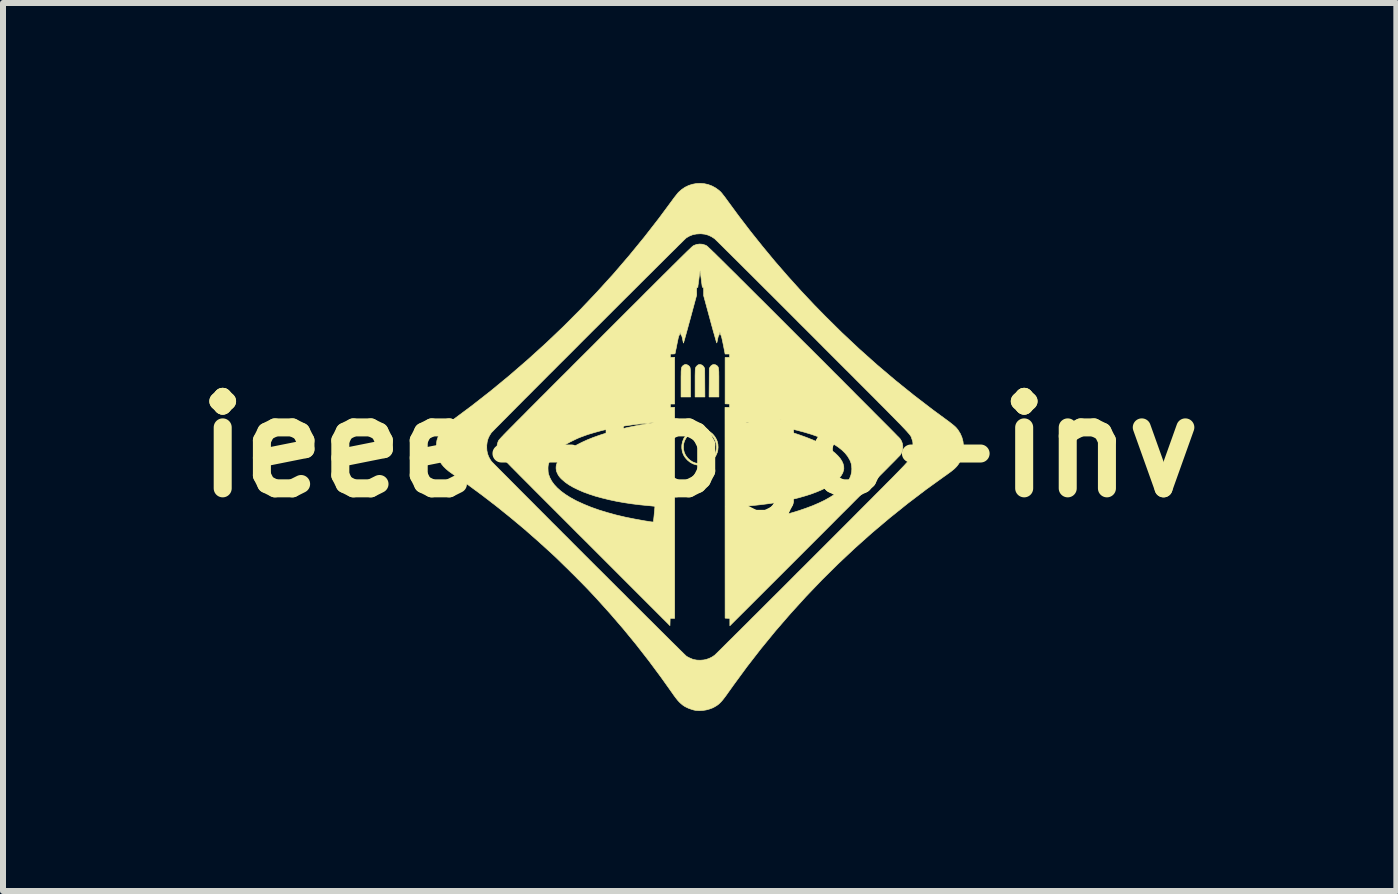
<source format=kicad_pcb>
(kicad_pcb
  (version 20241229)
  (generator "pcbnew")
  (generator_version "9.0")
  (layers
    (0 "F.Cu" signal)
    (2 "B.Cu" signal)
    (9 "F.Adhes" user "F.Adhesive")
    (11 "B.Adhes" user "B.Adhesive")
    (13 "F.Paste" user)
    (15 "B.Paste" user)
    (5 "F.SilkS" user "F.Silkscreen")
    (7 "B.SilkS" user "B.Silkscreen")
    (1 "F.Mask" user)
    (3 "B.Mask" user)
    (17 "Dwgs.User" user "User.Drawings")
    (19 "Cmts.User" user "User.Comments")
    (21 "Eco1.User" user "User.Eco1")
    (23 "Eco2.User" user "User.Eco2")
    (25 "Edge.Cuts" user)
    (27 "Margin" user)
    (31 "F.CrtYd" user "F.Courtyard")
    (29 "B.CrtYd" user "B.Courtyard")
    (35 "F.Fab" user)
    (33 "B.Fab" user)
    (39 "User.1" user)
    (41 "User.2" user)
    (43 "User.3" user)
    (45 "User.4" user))
  (footprint "ieee-logo-inv"
    (layer "F.Cu")
    (at 8.607 4.397)
    (property "Reference" "ieee-logo-inv" (at 0 0 0) (layer "F.SilkS") (effects (font (size 1.524 1.524) (thickness 0.3))))
    (attr through_hole)
    (fp_poly (pts (xy 0.015 -1.373) (xy 0.039 -1.364) (xy 0.059 -1.348) (xy 0.071 -1.331) (xy 0.084 -1.308) (xy 0.087 -0.833) (xy -0.076 -0.833) (xy -0.076 -1.063) (xy -0.076 -1.128) (xy -0.076 -1.184) (xy -0.075 -1.23) (xy -0.074 -1.266) (xy -0.073 -1.293) (xy -0.071 -1.309) (xy -0.071 -1.313) (xy -0.061 -1.334) (xy -0.044 -1.353) (xy -0.025 -1.368) (xy -0.008 -1.374) (xy 0.015 -1.373)) (stroke (width 0.01) (type solid)) (fill yes) (layer "F.SilkS"))
    (fp_poly (pts (xy -0.006 -0.218) (xy 0.008 -0.216) (xy 0.009 -0.111) (xy 0.01 -0.005) (xy 0.051 -0.02) (xy 0.07 -0.027) (xy 0.086 -0.033) (xy 0.095 -0.035) (xy 0.096 -0.036) (xy 0.1 -0.031) (xy 0.104 -0.023) (xy 0.106 -0.014) (xy 0.105 -0.012) (xy 0.1 -0.01) (xy 0.087 -0.005) (xy 0.069 0.002) (xy 0.046 0.01) (xy 0.042 0.012) (xy -0.02 0.034) (xy -0.02 -0.219) (xy -0.006 -0.218)) (stroke (width 0.01) (type solid)) (fill yes) (layer "F.SilkS"))
    (fp_poly (pts (xy 0.259 -1.371) (xy 0.282 -1.359) (xy 0.287 -1.356) (xy 0.294 -1.349) (xy 0.301 -1.342) (xy 0.306 -1.334) (xy 0.31 -1.325) (xy 0.313 -1.312) (xy 0.315 -1.296) (xy 0.317 -1.275) (xy 0.319 -1.249) (xy 0.319 -1.216) (xy 0.32 -1.176) (xy 0.32 -1.128) (xy 0.32 -1.07) (xy 0.32 -1.063) (xy 0.32 -0.833) (xy 0.157 -0.833) (xy 0.159 -1.071) (xy 0.16 -1.308) (xy 0.173 -1.331) (xy 0.19 -1.353) (xy 0.211 -1.368) (xy 0.235 -1.374) (xy 0.259 -1.371)) (stroke (width 0.01) (type solid)) (fill yes) (layer "F.SilkS"))
    (fp_poly (pts (xy -0.212 -1.371) (xy -0.189 -1.358) (xy -0.184 -1.355) (xy -0.177 -1.348) (xy -0.171 -1.342) (xy -0.166 -1.336) (xy -0.162 -1.328) (xy -0.159 -1.317) (xy -0.157 -1.303) (xy -0.155 -1.285) (xy -0.154 -1.262) (xy -0.153 -1.233) (xy -0.153 -1.197) (xy -0.152 -1.152) (xy -0.152 -1.1) (xy -0.152 -1.07) (xy -0.152 -0.833) (xy -0.31 -0.833) (xy -0.31 -1.067) (xy -0.31 -1.124) (xy -0.31 -1.173) (xy -0.309 -1.213) (xy -0.309 -1.245) (xy -0.308 -1.271) (xy -0.306 -1.292) (xy -0.304 -1.308) (xy -0.302 -1.32) (xy -0.298 -1.329) (xy -0.294 -1.337) (xy -0.289 -1.344) (xy -0.282 -1.351) (xy -0.281 -1.352) (xy -0.259 -1.368) (xy -0.236 -1.375) (xy -0.212 -1.371)) (stroke (width 0.01) (type solid)) (fill yes) (layer "F.SilkS"))
    (fp_poly (pts (xy 0.077 -0.294) (xy 0.129 -0.276) (xy 0.176 -0.25) (xy 0.217 -0.216) (xy 0.252 -0.174) (xy 0.28 -0.126) (xy 0.293 -0.093) (xy 0.304 -0.046) (xy 0.307 0.004) (xy 0.303 0.053) (xy 0.293 0.093) (xy 0.27 0.145) (xy 0.24 0.191) (xy 0.202 0.23) (xy 0.159 0.261) (xy 0.111 0.284) (xy 0.057 0.298) (xy 0.015 0.303) (xy -0.023 0.302) (xy -0.057 0.298) (xy -0.061 0.297) (xy -0.112 0.281) (xy -0.159 0.255) (xy -0.202 0.22) (xy -0.208 0.214) (xy -0.24 0.178) (xy -0.264 0.141) (xy -0.282 0.1) (xy -0.29 0.073) (xy -0.298 0.02) (xy -0.298 -0.006) (xy -0.271 -0.006) (xy -0.268 0.043) (xy -0.256 0.091) (xy -0.236 0.135) (xy -0.229 0.145) (xy -0.197 0.187) (xy -0.158 0.222) (xy -0.116 0.249) (xy -0.07 0.267) (xy -0.061 0.269) (xy -0.039 0.272) (xy -0.011 0.274) (xy 0.019 0.273) (xy 0.048 0.271) (xy 0.071 0.268) (xy 0.077 0.266) (xy 0.123 0.248) (xy 0.166 0.221) (xy 0.203 0.189) (xy 0.234 0.151) (xy 0.248 0.129) (xy 0.268 0.081) (xy 0.278 0.032) (xy 0.279 -0.017) (xy 0.272 -0.064) (xy 0.256 -0.11) (xy 0.233 -0.152) (xy 0.203 -0.19) (xy 0.165 -0.222) (xy 0.122 -0.249) (xy 0.074 -0.267) (xy 0.043 -0.273) (xy 0.007 -0.274) (xy -0.031 -0.272) (xy -0.066 -0.267) (xy -0.095 -0.258) (xy -0.142 -0.233) (xy -0.183 -0.201) (xy -0.218 -0.161) (xy -0.229 -0.145) (xy -0.252 -0.102) (xy -0.266 -0.055) (xy -0.271 -0.006) (xy -0.298 -0.006) (xy -0.297 -0.034) (xy -0.286 -0.087) (xy -0.266 -0.139) (xy -0.263 -0.144) (xy -0.243 -0.175) (xy -0.216 -0.206) (xy -0.185 -0.235) (xy -0.153 -0.259) (xy -0.132 -0.271) (xy -0.081 -0.291) (xy -0.03 -0.302) (xy 0.02 -0.303) (xy 0.077 -0.294)) (stroke (width 0.01) (type solid)) (fill yes) (layer "F.SilkS"))
    (fp_poly (pts (xy 0.075 -4.387) (xy 0.14 -4.373) (xy 0.202 -4.35) (xy 0.262 -4.318) (xy 0.318 -4.278) (xy 0.342 -4.257) (xy 0.355 -4.244) (xy 0.372 -4.224) (xy 0.392 -4.198) (xy 0.415 -4.169) (xy 0.438 -4.138) (xy 0.444 -4.129) (xy 0.644 -3.857) (xy 0.845 -3.594) (xy 1.049 -3.339) (xy 1.256 -3.089) (xy 1.468 -2.845) (xy 1.685 -2.604) (xy 1.91 -2.365) (xy 2.088 -2.183) (xy 2.371 -1.903) (xy 2.661 -1.631) (xy 2.957 -1.367) (xy 3.26 -1.11) (xy 3.569 -0.861) (xy 3.886 -0.618) (xy 4.067 -0.485) (xy 4.115 -0.45) (xy 4.156 -0.42) (xy 4.19 -0.393) (xy 4.218 -0.371) (xy 4.242 -0.351) (xy 4.262 -0.333) (xy 4.278 -0.316) (xy 4.292 -0.299) (xy 4.305 -0.283) (xy 4.305 -0.282) (xy 4.342 -0.223) (xy 4.369 -0.161) (xy 4.387 -0.095) (xy 4.395 -0.025) (xy 4.396 0.013) (xy 4.391 0.081) (xy 4.379 0.144) (xy 4.357 0.204) (xy 4.326 0.263) (xy 4.316 0.279) (xy 4.301 0.3) (xy 4.285 0.321) (xy 4.266 0.341) (xy 4.244 0.363) (xy 4.217 0.385) (xy 4.185 0.411) (xy 4.146 0.439) (xy 4.101 0.472) (xy 4.083 0.484) (xy 3.772 0.708) (xy 3.467 0.94) (xy 3.168 1.18) (xy 2.875 1.427) (xy 2.588 1.683) (xy 2.309 1.945) (xy 2.036 2.215) (xy 1.771 2.492) (xy 1.513 2.776) (xy 1.262 3.066) (xy 1.019 3.363) (xy 0.784 3.666) (xy 0.557 3.976) (xy 0.48 4.084) (xy 0.444 4.135) (xy 0.411 4.179) (xy 0.383 4.215) (xy 0.356 4.246) (xy 0.331 4.271) (xy 0.306 4.293) (xy 0.28 4.311) (xy 0.253 4.327) (xy 0.224 4.343) (xy 0.215 4.347) (xy 0.164 4.366) (xy 0.109 4.381) (xy 0.052 4.39) (xy -0.005 4.393) (xy -0.058 4.39) (xy -0.066 4.389) (xy -0.104 4.381) (xy -0.145 4.368) (xy -0.187 4.353) (xy -0.225 4.335) (xy -0.25 4.322) (xy -0.281 4.301) (xy -0.31 4.277) (xy -0.339 4.25) (xy -0.368 4.218) (xy -0.399 4.179) (xy -0.433 4.133) (xy -0.443 4.118) (xy -0.645 3.834) (xy -0.85 3.558) (xy -1.06 3.289) (xy -1.275 3.027) (xy -1.496 2.771) (xy -1.724 2.518) (xy -1.844 2.39) (xy -1.883 2.349) (xy -1.928 2.303) (xy -1.977 2.253) (xy -2.031 2.199) (xy -2.086 2.143) (xy -2.143 2.087) (xy -2.2 2.03) (xy -2.257 1.975) (xy -2.311 1.922) (xy -2.362 1.872) (xy -2.409 1.827) (xy -2.451 1.788) (xy -2.469 1.771) (xy -2.694 1.567) (xy -2.923 1.366) (xy -3.157 1.171) (xy -3.392 0.982) (xy -3.629 0.8) (xy -3.866 0.625) (xy -4.102 0.46) (xy -4.117 0.449) (xy -4.176 0.407) (xy -4.225 0.366) (xy -4.267 0.325) (xy -4.301 0.283) (xy -4.329 0.239) (xy -4.352 0.192) (xy -4.37 0.139) (xy -4.375 0.124) (xy -4.381 0.092) (xy -4.385 0.054) (xy -4.387 0.012) (xy -4.386 0) (xy -3.548 0) (xy -3.545 0.059) (xy -3.534 0.112) (xy -3.516 0.162) (xy -3.489 0.211) (xy -3.472 0.236) (xy -3.467 0.242) (xy -3.455 0.255) (xy -3.436 0.274) (xy -3.411 0.3) (xy -3.38 0.331) (xy -3.343 0.369) (xy -3.301 0.411) (xy -3.253 0.459) (xy -3.2 0.512) (xy -3.143 0.57) (xy -3.081 0.632) (xy -3.016 0.698) (xy -2.946 0.768) (xy -2.873 0.841) (xy -2.796 0.918) (xy -2.717 0.998) (xy -2.635 1.08) (xy -2.55 1.165) (xy -2.464 1.252) (xy -2.375 1.34) (xy -2.285 1.431) (xy -2.193 1.522) (xy -2.101 1.615) (xy -2.008 1.708) (xy -1.914 1.802) (xy -1.82 1.896) (xy -1.726 1.99) (xy -1.632 2.083) (xy -1.539 2.176) (xy -1.447 2.268) (xy -1.357 2.358) (xy -1.267 2.447) (xy -1.18 2.535) (xy -1.094 2.62) (xy -1.011 2.703) (xy -0.931 2.783) (xy -0.853 2.861) (xy -0.778 2.935) (xy -0.707 3.006) (xy -0.64 3.073) (xy -0.576 3.136) (xy -0.517 3.195) (xy -0.463 3.249) (xy -0.413 3.298) (xy -0.368 3.342) (xy -0.329 3.381) (xy -0.295 3.414) (xy -0.268 3.441) (xy -0.246 3.462) (xy -0.231 3.476) (xy -0.223 3.484) (xy -0.222 3.485) (xy -0.199 3.499) (xy -0.171 3.513) (xy -0.141 3.526) (xy -0.115 3.537) (xy -0.102 3.541) (xy -0.047 3.551) (xy 0.011 3.553) (xy 0.07 3.548) (xy 0.107 3.54) (xy 0.158 3.523) (xy 0.208 3.498) (xy 0.249 3.47) (xy 0.255 3.465) (xy 0.267 3.453) (xy 0.287 3.434) (xy 0.313 3.408) (xy 0.345 3.377) (xy 0.383 3.339) (xy 0.427 3.295) (xy 0.476 3.246) (xy 0.531 3.192) (xy 0.591 3.132) (xy 0.656 3.068) (xy 0.725 2.999) (xy 0.799 2.926) (xy 0.876 2.848) (xy 0.958 2.767) (xy 1.043 2.682) (xy 1.132 2.593) (xy 1.224 2.501) (xy 1.319 2.407) (xy 1.417 2.309) (xy 1.517 2.209) (xy 1.619 2.106) (xy 1.724 2.002) (xy 1.83 1.896) (xy 1.878 1.848) (xy 2.007 1.719) (xy 2.129 1.597) (xy 2.244 1.482) (xy 2.353 1.373) (xy 2.455 1.271) (xy 2.551 1.175) (xy 2.641 1.084) (xy 2.725 1) (xy 2.804 0.921) (xy 2.877 0.848) (xy 2.945 0.779) (xy 3.008 0.716) (xy 3.067 0.657) (xy 3.12 0.603) (xy 3.17 0.553) (xy 3.215 0.508) (xy 3.256 0.466) (xy 3.293 0.428) (xy 3.326 0.394) (xy 3.356 0.363) (xy 3.383 0.335) (xy 3.407 0.31) (xy 3.428 0.287) (xy 3.446 0.267) (xy 3.462 0.25) (xy 3.476 0.235) (xy 3.487 0.221) (xy 3.497 0.209) (xy 3.505 0.199) (xy 3.511 0.19) (xy 3.516 0.182) (xy 3.521 0.175) (xy 3.524 0.168) (xy 3.526 0.162) (xy 3.529 0.157) (xy 3.53 0.151) (xy 3.532 0.145) (xy 3.534 0.139) (xy 3.536 0.132) (xy 3.538 0.128) (xy 3.544 0.111) (xy 3.548 0.097) (xy 3.551 0.084) (xy 3.552 0.068) (xy 3.553 0.049) (xy 3.553 0.024) (xy 3.553 0) (xy 3.553 -0.031) (xy 3.553 -0.055) (xy 3.552 -0.073) (xy 3.55 -0.087) (xy 3.547 -0.101) (xy 3.542 -0.115) (xy 3.538 -0.128) (xy 3.535 -0.135) (xy 3.533 -0.142) (xy 3.531 -0.147) (xy 3.53 -0.153) (xy 3.528 -0.159) (xy 3.526 -0.165) (xy 3.523 -0.171) (xy 3.519 -0.177) (xy 3.515 -0.185) (xy 3.509 -0.193) (xy 3.502 -0.203) (xy 3.493 -0.214) (xy 3.483 -0.226) (xy 3.47 -0.24) (xy 3.456 -0.257) (xy 3.439 -0.275) (xy 3.42 -0.296) (xy 3.398 -0.319) (xy 3.373 -0.345) (xy 3.345 -0.375) (xy 3.313 -0.407) (xy 3.278 -0.443) (xy 3.24 -0.482) (xy 3.197 -0.525) (xy 3.151 -0.572) (xy 3.1 -0.624) (xy 3.044 -0.68) (xy 2.984 -0.74) (xy 2.919 -0.806) (xy 2.849 -0.876) (xy 2.774 -0.951) (xy 2.693 -1.032) (xy 2.606 -1.119) (xy 2.514 -1.212) (xy 2.415 -1.31) (xy 2.31 -1.415) (xy 2.199 -1.526) (xy 2.081 -1.644) (xy 1.957 -1.769) (xy 1.878 -1.848) (xy 1.771 -1.955) (xy 1.665 -2.06) (xy 1.562 -2.164) (xy 1.461 -2.265) (xy 1.362 -2.364) (xy 1.266 -2.46) (xy 1.173 -2.553) (xy 1.082 -2.643) (xy 0.995 -2.73) (xy 0.912 -2.813) (xy 0.833 -2.892) (xy 0.757 -2.967) (xy 0.686 -3.038) (xy 0.619 -3.105) (xy 0.557 -3.166) (xy 0.5 -3.223) (xy 0.448 -3.274) (xy 0.402 -3.32) (xy 0.361 -3.361) (xy 0.326 -3.395) (xy 0.298 -3.423) (xy 0.275 -3.445) (xy 0.259 -3.46) (xy 0.251 -3.469) (xy 0.249 -3.47) (xy 0.197 -3.504) (xy 0.143 -3.529) (xy 0.086 -3.545) (xy 0.024 -3.552) (xy 0.005 -3.552) (xy -0.058 -3.548) (xy -0.116 -3.536) (xy -0.171 -3.514) (xy -0.222 -3.485) (xy -0.227 -3.48) (xy -0.24 -3.468) (xy -0.259 -3.45) (xy -0.284 -3.425) (xy -0.315 -3.394) (xy -0.353 -3.358) (xy -0.395 -3.315) (xy -0.443 -3.268) (xy -0.496 -3.216) (xy -0.553 -3.159) (xy -0.615 -3.097) (xy -0.681 -3.032) (xy -0.751 -2.962) (xy -0.824 -2.889) (xy -0.901 -2.813) (xy -0.98 -2.734) (xy -1.062 -2.652) (xy -1.147 -2.567) (xy -1.234 -2.481) (xy -1.323 -2.392) (xy -1.413 -2.302) (xy -1.504 -2.211) (xy -1.597 -2.118) (xy -1.69 -2.025) (xy -1.784 -1.932) (xy -1.878 -1.838) (xy -1.972 -1.744) (xy -2.065 -1.65) (xy -2.158 -1.557) (xy -2.25 -1.465) (xy -2.341 -1.375) (xy -2.43 -1.285) (xy -2.518 -1.198) (xy -2.603 -1.112) (xy -2.686 -1.029) (xy -2.767 -0.948) (xy -2.844 -0.87) (xy -2.919 -0.796) (xy -2.99 -0.724) (xy -3.057 -0.657) (xy -3.12 -0.593) (xy -3.179 -0.534) (xy -3.233 -0.479) (xy -3.283 -0.429) (xy -3.327 -0.384) (xy -3.366 -0.345) (xy -3.4 -0.311) (xy -3.427 -0.283) (xy -3.448 -0.261) (xy -3.463 -0.246) (xy -3.471 -0.238) (xy -3.472 -0.236) (xy -3.503 -0.187) (xy -3.526 -0.137) (xy -3.54 -0.086) (xy -3.547 -0.031) (xy -3.548 0) (xy -4.386 0) (xy -4.386 -0.031) (xy -4.383 -0.071) (xy -4.378 -0.106) (xy -4.375 -0.119) (xy -4.351 -0.188) (xy -4.319 -0.251) (xy -4.279 -0.308) (xy -4.247 -0.345) (xy -4.232 -0.358) (xy -4.211 -0.376) (xy -4.185 -0.396) (xy -4.157 -0.418) (xy -4.128 -0.44) (xy -4.122 -0.444) (xy -3.797 -0.686) (xy -3.478 -0.936) (xy -3.166 -1.193) (xy -2.86 -1.458) (xy -2.561 -1.729) (xy -2.269 -2.007) (xy -1.985 -2.292) (xy -1.708 -2.584) (xy -1.438 -2.881) (xy -1.177 -3.185) (xy -0.924 -3.494) (xy -0.679 -3.809) (xy -0.468 -4.094) (xy -0.444 -4.127) (xy -0.421 -4.158) (xy -0.398 -4.187) (xy -0.378 -4.212) (xy -0.362 -4.232) (xy -0.351 -4.244) (xy -0.299 -4.29) (xy -0.243 -4.328) (xy -0.183 -4.357) (xy -0.12 -4.377) (xy -0.056 -4.389) (xy 0.01 -4.392) (xy 0.075 -4.387)) (stroke (width 0.01) (type solid)) (fill yes) (layer "F.SilkS"))
    (fp_poly (pts (xy 0.045 -3.378) (xy 0.091 -3.364) (xy 0.108 -3.357) (xy 0.111 -3.355) (xy 0.115 -3.352) (xy 0.12 -3.349) (xy 0.126 -3.344) (xy 0.134 -3.337) (xy 0.143 -3.329) (xy 0.154 -3.318) (xy 0.167 -3.306) (xy 0.183 -3.291) (xy 0.201 -3.274) (xy 0.221 -3.254) (xy 0.245 -3.232) (xy 0.271 -3.206) (xy 0.301 -3.176) (xy 0.334 -3.144) (xy 0.371 -3.107) (xy 0.412 -3.067) (xy 0.456 -3.023) (xy 0.505 -2.974) (xy 0.559 -2.921) (xy 0.617 -2.864) (xy 0.679 -2.801) (xy 0.747 -2.734) (xy 0.82 -2.661) (xy 0.899 -2.582) (xy 0.983 -2.498) (xy 1.073 -2.409) (xy 1.169 -2.313) (xy 1.271 -2.211) (xy 1.38 -2.102) (xy 1.495 -1.987) (xy 1.617 -1.865) (xy 1.729 -1.753) (xy 1.836 -1.647) (xy 1.941 -1.542) (xy 2.044 -1.439) (xy 2.145 -1.338) (xy 2.243 -1.239) (xy 2.339 -1.144) (xy 2.431 -1.051) (xy 2.521 -0.961) (xy 2.607 -0.874) (xy 2.69 -0.791) (xy 2.769 -0.712) (xy 2.844 -0.637) (xy 2.914 -0.566) (xy 2.98 -0.5) (xy 3.041 -0.439) (xy 3.098 -0.382) (xy 3.149 -0.331) (xy 3.194 -0.285) (xy 3.234 -0.245) (xy 3.268 -0.21) (xy 3.295 -0.182) (xy 3.317 -0.161) (xy 3.331 -0.145) (xy 3.339 -0.137) (xy 3.34 -0.136) (xy 3.364 -0.096) (xy 3.379 -0.052) (xy 3.385 -0.007) (xy 3.382 0.038) (xy 3.37 0.082) (xy 3.349 0.123) (xy 3.34 0.136) (xy 3.335 0.142) (xy 3.323 0.154) (xy 3.304 0.173) (xy 3.279 0.199) (xy 3.248 0.231) (xy 3.21 0.269) (xy 3.167 0.312) (xy 3.119 0.361) (xy 3.065 0.415) (xy 3.006 0.474) (xy 2.943 0.538) (xy 2.875 0.606) (xy 2.803 0.678) (xy 2.727 0.755) (xy 2.647 0.835) (xy 2.564 0.918) (xy 2.478 1.005) (xy 2.388 1.094) (xy 2.296 1.186) (xy 2.202 1.281) (xy 2.105 1.378) (xy 2.006 1.477) (xy 1.911 1.572) (xy 0.503 2.979) (xy 0.503 2.855) (xy 0.464 2.854) (xy 0.424 2.852) (xy 0.423 1.096) (xy 0.423 0.987) (xy 0.751 0.987) (xy 0.753 1.005) (xy 0.755 1.016) (xy 0.757 1.034) (xy 0.76 1.06) (xy 0.763 1.09) (xy 0.766 1.123) (xy 0.768 1.137) (xy 0.779 1.251) (xy 0.81 1.247) (xy 0.824 1.246) (xy 0.846 1.242) (xy 0.874 1.238) (xy 0.907 1.233) (xy 0.942 1.227) (xy 0.963 1.224) (xy 1.112 1.197) (xy 1.256 1.167) (xy 1.395 1.134) (xy 1.527 1.099) (xy 1.653 1.061) (xy 1.772 1.02) (xy 1.884 0.978) (xy 1.988 0.933) (xy 2.084 0.887) (xy 2.171 0.838) (xy 2.25 0.788) (xy 2.319 0.737) (xy 2.379 0.684) (xy 2.38 0.683) (xy 2.43 0.629) (xy 2.469 0.576) (xy 2.499 0.523) (xy 2.52 0.469) (xy 2.532 0.414) (xy 2.535 0.366) (xy 2.532 0.32) (xy 2.525 0.278) (xy 2.511 0.237) (xy 2.498 0.21) (xy 2.466 0.156) (xy 2.424 0.103) (xy 2.372 0.052) (xy 2.31 0.003) (xy 2.239 -0.044) (xy 2.159 -0.089) (xy 2.069 -0.131) (xy 1.971 -0.172) (xy 1.864 -0.21) (xy 1.748 -0.245) (xy 1.624 -0.278) (xy 1.59 -0.286) (xy 1.497 -0.308) (xy 1.473 -0.383) (xy 1.464 -0.409) (xy 1.457 -0.431) (xy 1.451 -0.448) (xy 1.448 -0.458) (xy 1.447 -0.46) (xy 1.442 -0.46) (xy 1.427 -0.459) (xy 1.405 -0.458) (xy 1.375 -0.455) (xy 1.34 -0.453) (xy 1.299 -0.45) (xy 1.254 -0.446) (xy 1.207 -0.442) (xy 1.157 -0.438) (xy 1.106 -0.434) (xy 1.056 -0.43) (xy 1.006 -0.426) (xy 0.959 -0.422) (xy 0.914 -0.418) (xy 0.874 -0.415) (xy 0.839 -0.412) (xy 0.809 -0.409) (xy 0.787 -0.407) (xy 0.774 -0.406) (xy 0.769 -0.405) (xy 0.773 -0.403) (xy 0.787 -0.398) (xy 0.808 -0.391) (xy 0.836 -0.382) (xy 0.87 -0.37) (xy 0.91 -0.357) (xy 0.954 -0.343) (xy 1.001 -0.327) (xy 1.051 -0.311) (xy 1.103 -0.294) (xy 1.156 -0.276) (xy 1.208 -0.259) (xy 1.26 -0.242) (xy 1.31 -0.226) (xy 1.358 -0.211) (xy 1.402 -0.197) (xy 1.441 -0.184) (xy 1.476 -0.173) (xy 1.504 -0.164) (xy 1.525 -0.157) (xy 1.538 -0.153) (xy 1.543 -0.152) (xy 1.544 -0.157) (xy 1.542 -0.171) (xy 1.535 -0.193) (xy 1.534 -0.196) (xy 1.528 -0.216) (xy 1.523 -0.232) (xy 1.521 -0.241) (xy 1.521 -0.243) (xy 1.528 -0.243) (xy 1.542 -0.24) (xy 1.564 -0.233) (xy 1.592 -0.225) (xy 1.624 -0.214) (xy 1.66 -0.202) (xy 1.699 -0.188) (xy 1.739 -0.174) (xy 1.779 -0.159) (xy 1.818 -0.144) (xy 1.854 -0.129) (xy 1.888 -0.116) (xy 1.904 -0.109) (xy 1.989 -0.07) (xy 2.066 -0.029) (xy 2.137 0.013) (xy 2.199 0.057) (xy 2.254 0.1) (xy 2.301 0.145) (xy 2.339 0.189) (xy 2.369 0.234) (xy 2.389 0.278) (xy 2.4 0.321) (xy 2.402 0.363) (xy 2.398 0.385) (xy 2.384 0.431) (xy 2.359 0.475) (xy 2.325 0.519) (xy 2.282 0.561) (xy 2.229 0.602) (xy 2.169 0.642) (xy 2.1 0.681) (xy 2.023 0.718) (xy 1.939 0.753) (xy 1.847 0.787) (xy 1.748 0.818) (xy 1.643 0.848) (xy 1.531 0.875) (xy 1.414 0.9) (xy 1.29 0.923) (xy 1.162 0.943) (xy 1.028 0.96) (xy 0.965 0.967) (xy 0.928 0.971) (xy 0.891 0.975) (xy 0.857 0.978) (xy 0.827 0.981) (xy 0.805 0.983) (xy 0.798 0.983) (xy 0.751 0.987) (xy 0.423 0.987) (xy 0.422 -0.66) (xy 0.46 -0.66) (xy 0.498 -0.66) (xy 0.498 -0.716) (xy 0.461 -0.717) (xy 0.424 -0.719) (xy 0.424 -1.491) (xy 0.498 -1.494) (xy 0.498 -1.549) (xy 0.461 -1.549) (xy 0.424 -1.549) (xy 0.394 -1.701) (xy 0.384 -1.749) (xy 0.376 -1.787) (xy 0.369 -1.817) (xy 0.364 -1.839) (xy 0.359 -1.853) (xy 0.356 -1.86) (xy 0.355 -1.86) (xy 0.35 -1.87) (xy 0.345 -1.886) (xy 0.343 -1.895) (xy 0.34 -1.91) (xy 0.337 -1.915) (xy 0.333 -1.91) (xy 0.33 -1.895) (xy 0.328 -1.883) (xy 0.324 -1.868) (xy 0.32 -1.86) (xy 0.318 -1.859) (xy 0.314 -1.854) (xy 0.309 -1.839) (xy 0.303 -1.814) (xy 0.3 -1.8) (xy 0.295 -1.776) (xy 0.291 -1.755) (xy 0.287 -1.741) (xy 0.285 -1.734) (xy 0.283 -1.738) (xy 0.279 -1.75) (xy 0.272 -1.772) (xy 0.264 -1.801) (xy 0.254 -1.837) (xy 0.242 -1.879) (xy 0.228 -1.926) (xy 0.214 -1.979) (xy 0.198 -2.035) (xy 0.182 -2.095) (xy 0.174 -2.125) (xy 0.066 -2.522) (xy 0.066 -2.59) (xy 0.066 -2.617) (xy 0.065 -2.636) (xy 0.065 -2.647) (xy 0.063 -2.654) (xy 0.06 -2.656) (xy 0.056 -2.657) (xy 0.047 -2.661) (xy 0.044 -2.666) (xy 0.043 -2.673) (xy 0.04 -2.689) (xy 0.037 -2.712) (xy 0.033 -2.741) (xy 0.029 -2.774) (xy 0.025 -2.808) (xy 0.02 -2.843) (xy 0.016 -2.875) (xy 0.013 -2.902) (xy 0.01 -2.922) (xy 0.008 -2.935) (xy 0.007 -2.939) (xy 0.006 -2.934) (xy 0.004 -2.921) (xy 0.001 -2.9) (xy -0.003 -2.874) (xy -0.007 -2.845) (xy -0.011 -2.813) (xy -0.015 -2.78) (xy -0.02 -2.749) (xy -0.023 -2.72) (xy -0.027 -2.695) (xy -0.029 -2.676) (xy -0.03 -2.664) (xy -0.03 -2.661) (xy -0.035 -2.658) (xy -0.041 -2.657) (xy -0.045 -2.656) (xy -0.048 -2.653) (xy -0.049 -2.647) (xy -0.05 -2.634) (xy -0.051 -2.615) (xy -0.051 -2.595) (xy -0.05 -2.532) (xy -0.158 -2.132) (xy -0.175 -2.071) (xy -0.191 -2.012) (xy -0.206 -1.957) (xy -0.22 -1.906) (xy -0.233 -1.86) (xy -0.244 -1.82) (xy -0.253 -1.787) (xy -0.261 -1.761) (xy -0.266 -1.743) (xy -0.269 -1.733) (xy -0.27 -1.732) (xy -0.271 -1.737) (xy -0.275 -1.75) (xy -0.279 -1.769) (xy -0.284 -1.792) (xy -0.284 -1.792) (xy -0.29 -1.822) (xy -0.296 -1.843) (xy -0.301 -1.856) (xy -0.305 -1.861) (xy -0.313 -1.872) (xy -0.315 -1.883) (xy -0.317 -1.899) (xy -0.32 -1.91) (xy -0.322 -1.916) (xy -0.324 -1.914) (xy -0.327 -1.905) (xy -0.33 -1.891) (xy -0.334 -1.874) (xy -0.339 -1.863) (xy -0.343 -1.859) (xy -0.346 -1.854) (xy -0.35 -1.839) (xy -0.357 -1.815) (xy -0.364 -1.781) (xy -0.373 -1.737) (xy -0.378 -1.713) (xy -0.385 -1.676) (xy -0.392 -1.641) (xy -0.399 -1.611) (xy -0.404 -1.586) (xy -0.407 -1.569) (xy -0.409 -1.559) (xy -0.41 -1.558) (xy -0.413 -1.554) (xy -0.419 -1.551) (xy -0.432 -1.55) (xy -0.45 -1.549) (xy -0.488 -1.549) (xy -0.488 -1.494) (xy -0.417 -1.494) (xy -0.417 -0.716) (xy -0.488 -0.716) (xy -0.488 -0.66) (xy -0.417 -0.66) (xy -0.417 2.855) (xy -0.492 2.855) (xy -0.495 2.977) (xy -1.918 1.553) (xy -2.039 1.433) (xy -2.152 1.319) (xy -2.259 1.212) (xy -2.359 1.112) (xy -2.453 1.018) (xy -2.54 0.931) (xy -2.622 0.849) (xy -2.698 0.773) (xy -2.769 0.702) (xy -2.834 0.636) (xy -2.894 0.576) (xy -2.949 0.521) (xy -3 0.47) (xy -3.046 0.423) (xy -3.088 0.381) (xy -3.119 0.349) (xy -2.527 0.349) (xy -2.526 0.385) (xy -2.524 0.419) (xy -2.519 0.448) (xy -2.518 0.452) (xy -2.496 0.511) (xy -2.465 0.57) (xy -2.423 0.627) (xy -2.372 0.682) (xy -2.311 0.736) (xy -2.239 0.789) (xy -2.157 0.841) (xy -2.066 0.891) (xy -2.04 0.904) (xy -1.928 0.955) (xy -1.808 1.004) (xy -1.678 1.05) (xy -1.541 1.092) (xy -1.396 1.132) (xy -1.244 1.168) (xy -1.085 1.2) (xy -0.925 1.229) (xy -0.894 1.234) (xy -0.866 1.238) (xy -0.843 1.242) (xy -0.826 1.245) (xy -0.818 1.246) (xy -0.805 1.248) (xy -0.791 1.249) (xy -0.779 1.249) (xy -0.772 1.249) (xy -0.772 1.248) (xy -0.77 1.241) (xy -0.769 1.226) (xy -0.766 1.205) (xy -0.763 1.178) (xy -0.76 1.149) (xy -0.757 1.117) (xy -0.754 1.086) (xy -0.751 1.057) (xy -0.749 1.031) (xy -0.747 1.01) (xy -0.746 0.996) (xy -0.746 0.99) (xy -0.746 0.99) (xy -0.752 0.988) (xy -0.766 0.986) (xy -0.788 0.984) (xy -0.814 0.981) (xy -0.844 0.978) (xy -0.848 0.978) (xy -0.991 0.964) (xy -1.129 0.947) (xy -1.262 0.927) (xy -1.39 0.904) (xy -1.512 0.878) (xy -1.629 0.849) (xy -1.739 0.819) (xy -1.842 0.785) (xy -1.938 0.75) (xy -2.025 0.712) (xy -2.105 0.673) (xy -2.176 0.632) (xy -2.238 0.589) (xy -2.29 0.544) (xy -2.299 0.536) (xy -2.322 0.513) (xy -2.338 0.493) (xy -2.351 0.475) (xy -2.363 0.454) (xy -2.367 0.445) (xy -2.378 0.422) (xy -2.385 0.404) (xy -2.389 0.387) (xy -2.391 0.367) (xy -2.392 0.361) (xy -2.392 0.335) (xy -2.39 0.314) (xy -2.385 0.292) (xy -2.382 0.284) (xy -2.362 0.237) (xy -2.332 0.19) (xy -2.292 0.143) (xy -2.244 0.098) (xy -2.186 0.053) (xy -2.12 0.008) (xy -2.046 -0.035) (xy -1.963 -0.077) (xy -1.874 -0.118) (xy -1.777 -0.157) (xy -1.673 -0.194) (xy -1.562 -0.23) (xy -1.445 -0.264) (xy -1.323 -0.296) (xy -1.194 -0.326) (xy -1.061 -0.353) (xy -0.922 -0.378) (xy -0.885 -0.384) (xy -0.852 -0.389) (xy -0.823 -0.394) (xy -0.798 -0.399) (xy -0.781 -0.402) (xy -0.77 -0.404) (xy -0.769 -0.405) (xy -0.774 -0.405) (xy -0.789 -0.404) (xy -0.81 -0.402) (xy -0.838 -0.4) (xy -0.871 -0.397) (xy -0.907 -0.394) (xy -0.945 -0.39) (xy -0.983 -0.386) (xy -1.021 -0.381) (xy -1.057 -0.377) (xy -1.09 -0.373) (xy -1.092 -0.373) (xy -1.233 -0.353) (xy -1.371 -0.33) (xy -1.504 -0.303) (xy -1.632 -0.274) (xy -1.752 -0.241) (xy -1.866 -0.207) (xy -1.97 -0.169) (xy -1.989 -0.162) (xy -2.026 -0.147) (xy -2.067 -0.128) (xy -2.11 -0.107) (xy -2.153 -0.086) (xy -2.194 -0.064) (xy -2.23 -0.044) (xy -2.258 -0.027) (xy -2.261 -0.025) (xy -2.329 0.024) (xy -2.387 0.074) (xy -2.436 0.127) (xy -2.474 0.181) (xy -2.503 0.237) (xy -2.52 0.29) (xy -2.525 0.316) (xy -2.527 0.349) (xy -3.119 0.349) (xy -3.126 0.343) (xy -3.16 0.308) (xy -3.19 0.277) (xy -3.217 0.25) (xy -3.241 0.225) (xy -3.262 0.204) (xy -3.28 0.185) (xy -3.295 0.169) (xy -3.308 0.155) (xy -3.319 0.143) (xy -3.328 0.133) (xy -3.336 0.124) (xy -3.342 0.118) (xy -3.346 0.112) (xy -3.349 0.107) (xy -3.352 0.103) (xy -3.354 0.1) (xy -3.355 0.097) (xy -3.371 0.05) (xy -3.377 0.005) (xy -3.373 -0.04) (xy -3.36 -0.085) (xy -3.353 -0.1) (xy -3.352 -0.103) (xy -3.35 -0.107) (xy -3.347 -0.111) (xy -3.344 -0.115) (xy -3.339 -0.121) (xy -3.333 -0.128) (xy -3.326 -0.136) (xy -3.317 -0.146) (xy -3.307 -0.157) (xy -3.294 -0.171) (xy -3.279 -0.186) (xy -3.262 -0.205) (xy -3.242 -0.225) (xy -3.219 -0.249) (xy -3.193 -0.275) (xy -3.164 -0.305) (xy -3.131 -0.338) (xy -3.095 -0.374) (xy -3.055 -0.415) (xy -3.011 -0.459) (xy -2.963 -0.507) (xy -2.91 -0.56) (xy -2.853 -0.618) (xy -2.791 -0.68) (xy -2.724 -0.747) (xy -2.652 -0.82) (xy -2.574 -0.897) (xy -2.491 -0.981) (xy -2.402 -1.07) (xy -2.307 -1.165) (xy -2.205 -1.266) (xy -2.098 -1.374) (xy -1.984 -1.488) (xy -1.862 -1.609) (xy -1.734 -1.737) (xy -1.733 -1.738) (xy -1.605 -1.867) (xy -1.484 -1.988) (xy -1.37 -2.102) (xy -1.262 -2.21) (xy -1.161 -2.311) (xy -1.065 -2.406) (xy -0.976 -2.495) (xy -0.893 -2.579) (xy -0.815 -2.656) (xy -0.742 -2.729) (xy -0.675 -2.796) (xy -0.613 -2.858) (xy -0.555 -2.915) (xy -0.502 -2.968) (xy -0.454 -3.016) (xy -0.409 -3.06) (xy -0.369 -3.1) (xy -0.333 -3.136) (xy -0.299 -3.169) (xy -0.27 -3.198) (xy -0.243 -3.224) (xy -0.22 -3.247) (xy -0.199 -3.267) (xy -0.181 -3.284) (xy -0.165 -3.299) (xy -0.152 -3.312) (xy -0.14 -3.323) (xy -0.131 -3.332) (xy -0.122 -3.339) (xy -0.116 -3.344) (xy -0.11 -3.349) (xy -0.105 -3.352) (xy -0.101 -3.355) (xy -0.098 -3.357) (xy -0.096 -3.358) (xy -0.049 -3.375) (xy -0.002 -3.381) (xy 0.045 -3.378)) (stroke (width 0.01) (type solid)) (fill yes) (layer "F.SilkS")))
  (gr_rect
    (start -3 -3)
    (end 20.214 11.795)
    (stroke (width 0.1) (type default))
    (fill no)
    (layer "Edge.Cuts")))
</source>
